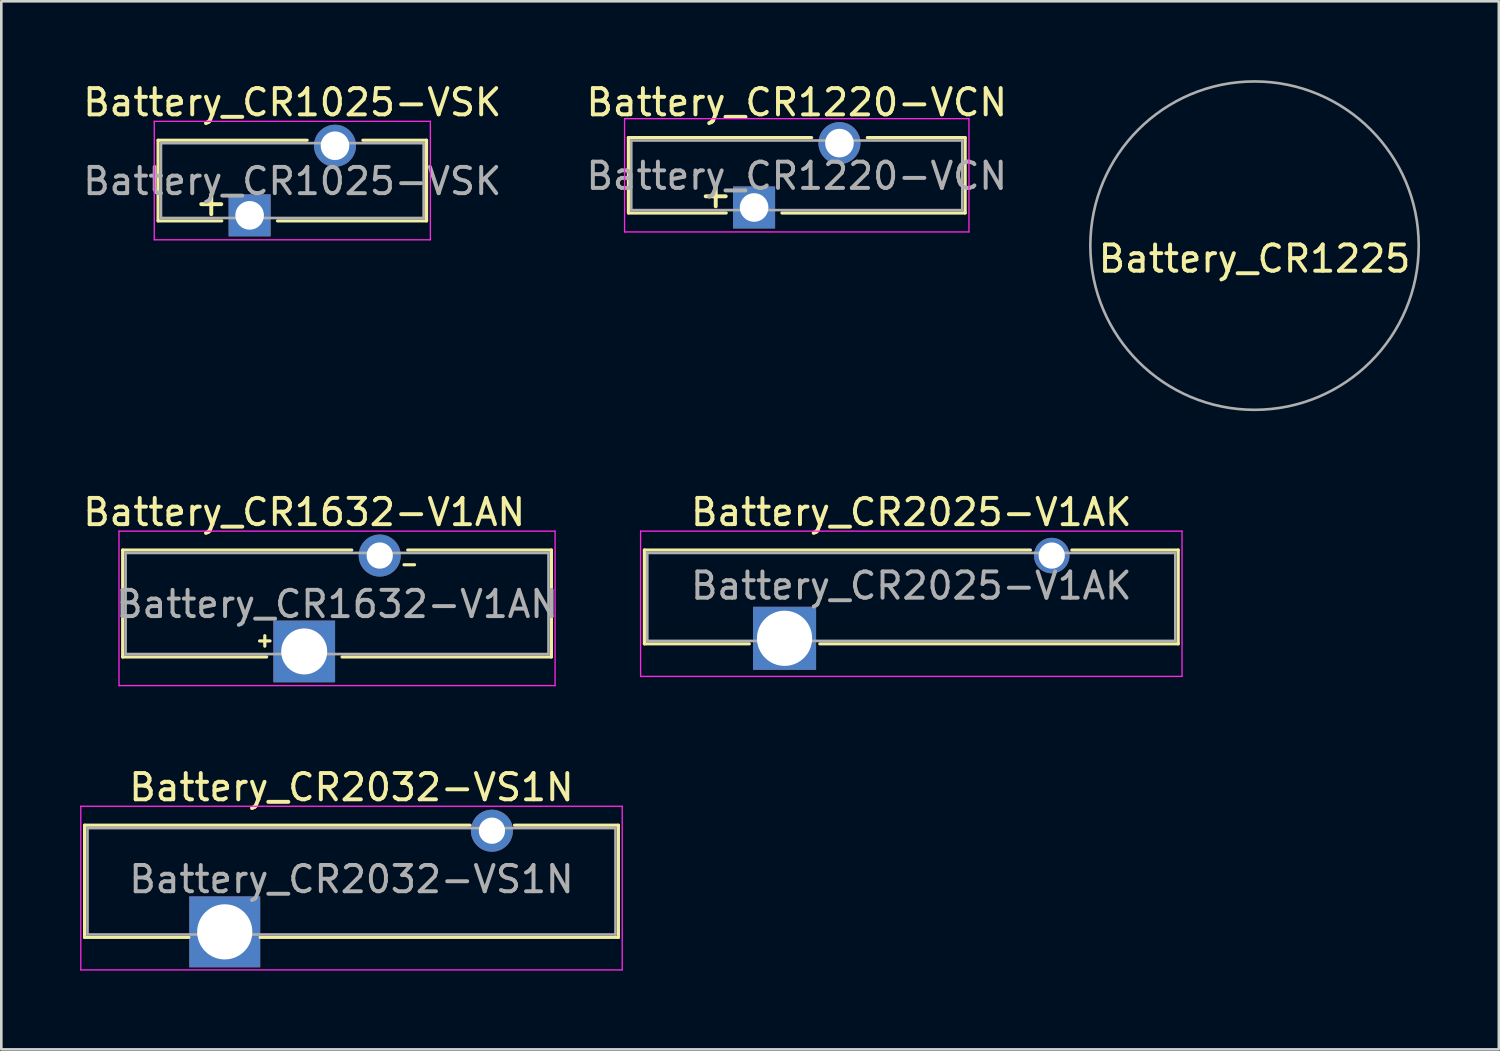
<source format=kicad_pcb>
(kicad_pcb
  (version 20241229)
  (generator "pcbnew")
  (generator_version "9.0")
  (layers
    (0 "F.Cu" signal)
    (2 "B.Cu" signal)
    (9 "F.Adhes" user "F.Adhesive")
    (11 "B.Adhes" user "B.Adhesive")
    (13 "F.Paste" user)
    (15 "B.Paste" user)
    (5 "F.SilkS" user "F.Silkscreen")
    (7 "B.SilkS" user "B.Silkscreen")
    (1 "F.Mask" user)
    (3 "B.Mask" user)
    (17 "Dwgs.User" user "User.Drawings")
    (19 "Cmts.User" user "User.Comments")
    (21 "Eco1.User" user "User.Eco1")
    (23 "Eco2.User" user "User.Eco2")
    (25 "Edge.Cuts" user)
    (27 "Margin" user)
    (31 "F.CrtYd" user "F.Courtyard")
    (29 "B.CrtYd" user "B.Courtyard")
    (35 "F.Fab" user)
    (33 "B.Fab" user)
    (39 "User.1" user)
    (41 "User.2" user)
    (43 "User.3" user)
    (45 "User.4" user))
  (footprint "Battery_CR1220-VCN"
    (layer "F.Cu")
    (at 25.655 4.848)
    (property "Reference" "Battery_CR1220-VCN" (at 1.625 -4 0) (layer "F.SilkS") (effects (font (size 1 1) (thickness 0.15))))
    (attr through_hole)
    (fp_line (start -4.785 -2.66) (end 2.19 -2.66) (stroke (width 0.12) (type solid)) (layer "F.SilkS"))
    (fp_line (start -4.785 0.21) (end -4.785 -2.66) (stroke (width 0.12) (type solid)) (layer "F.SilkS"))
    (fp_line (start -4.78 0.21) (end -1.06 0.21) (stroke (width 0.12) (type solid)) (layer "F.SilkS"))
    (fp_line (start 1.06 0.21) (end 8.035 0.21) (stroke (width 0.12) (type solid)) (layer "F.SilkS"))
    (fp_line (start 4.31 -2.66) (end 8.035 -2.66) (stroke (width 0.12) (type solid)) (layer "F.SilkS"))
    (fp_line (start 8.035 0.21) (end 8.035 -2.66) (stroke (width 0.12) (type solid)) (layer "F.SilkS"))
    (fp_line (start -4.93 -3.38) (end 8.18 -3.38) (stroke (width 0.05) (type solid)) (layer "F.CrtYd"))
    (fp_line (start -4.93 0.93) (end -4.93 -3.38) (stroke (width 0.05) (type solid)) (layer "F.CrtYd"))
    (fp_line (start -4.93 0.93) (end 8.18 0.93) (stroke (width 0.05) (type solid)) (layer "F.CrtYd"))
    (fp_line (start 8.18 0.93) (end 8.18 -3.38) (stroke (width 0.05) (type solid)) (layer "F.CrtYd"))
    (fp_line (start -4.675 -2.55) (end 7.925 -2.55) (stroke (width 0.1) (type solid)) (layer "F.Fab"))
    (fp_line (start -4.675 0.1) (end -4.675 -2.55) (stroke (width 0.1) (type solid)) (layer "F.Fab"))
    (fp_line (start -4.675 0.1) (end 7.925 0.1) (stroke (width 0.1) (type solid)) (layer "F.Fab"))
    (fp_line (start 7.925 0.1) (end 7.925 -2.55) (stroke (width 0.1) (type solid)) (layer "F.Fab"))
    (fp_text user "+" (at -1.46 -0.5 0) (layer "F.SilkS") (effects (font (size 1 1) (thickness 0.15))))
    (fp_text user "${REFERENCE}" (at 1.625 -1.2 180) (layer "F.Fab") (effects (font (size 1 1) (thickness 0.15))))
    (pad "1" thru_hole rect (at 0 0 90) (size 1.6 1.6) (drill 1.09) (layers "*.Cu" "*.Mask"))
    (pad "2" thru_hole circle (at 3.25 -2.45) (size 1.6 1.6) (drill 1.09) (layers "*.Cu" "*.Mask")))
  (footprint "Battery_CR1025-VSK"
    (layer "F.Cu")
    (at 6.452 5.148)
    (property "Reference" "Battery_CR1025-VSK" (at 1.625 -4.3 0) (layer "F.SilkS") (effects (font (size 1 1) (thickness 0.15))))
    (attr through_hole)
    (fp_line (start -3.485 -2.86) (end 2.19 -2.86) (stroke (width 0.12) (type solid)) (layer "F.SilkS"))
    (fp_line (start -3.485 0.21) (end -3.485 -2.86) (stroke (width 0.12) (type solid)) (layer "F.SilkS"))
    (fp_line (start -3.485 0.21) (end -1.06 0.21) (stroke (width 0.12) (type solid)) (layer "F.SilkS"))
    (fp_line (start 1.06 0.21) (end 6.735 0.21) (stroke (width 0.12) (type solid)) (layer "F.SilkS"))
    (fp_line (start 4.31 -2.86) (end 6.735 -2.86) (stroke (width 0.12) (type solid)) (layer "F.SilkS"))
    (fp_line (start 6.735 0.21) (end 6.735 -2.86) (stroke (width 0.12) (type solid)) (layer "F.SilkS"))
    (fp_line (start -3.63 -3.58) (end -3.63 0.93) (stroke (width 0.05) (type solid)) (layer "F.CrtYd"))
    (fp_line (start -3.63 -3.58) (end 6.88 -3.58) (stroke (width 0.05) (type solid)) (layer "F.CrtYd"))
    (fp_line (start -3.63 0.93) (end 6.88 0.93) (stroke (width 0.05) (type solid)) (layer "F.CrtYd"))
    (fp_line (start 6.88 -3.58) (end 6.88 0.93) (stroke (width 0.05) (type solid)) (layer "F.CrtYd"))
    (fp_line (start -3.375 -2.75) (end -3.375 0.1) (stroke (width 0.1) (type solid)) (layer "F.Fab"))
    (fp_line (start -3.375 -2.75) (end 6.625 -2.75) (stroke (width 0.1) (type solid)) (layer "F.Fab"))
    (fp_line (start -3.375 0.1) (end 6.625 0.1) (stroke (width 0.1) (type solid)) (layer "F.Fab"))
    (fp_line (start 6.625 -2.75) (end 6.625 0.1) (stroke (width 0.1) (type solid)) (layer "F.Fab"))
    (fp_text user "+" (at -1.46 -0.5 0) (layer "F.SilkS") (effects (font (size 1 1) (thickness 0.15))))
    (fp_text user "${REFERENCE}" (at 1.625 -1.3 180) (layer "F.Fab") (effects (font (size 1 1) (thickness 0.15))))
    (pad "1" thru_hole rect (at 0 0) (size 1.6 1.6) (drill 1.09) (layers "*.Cu" "*.Mask"))
    (pad "2" thru_hole circle (at 3.25 -2.65) (size 1.6 1.6) (drill 1.09) (layers "*.Cu" "*.Mask")))
  (footprint "Battery_CR2032-VS1N"
    (layer "F.Cu")
    (at 5.505 32.422)
    (property "Reference" "Battery_CR2032-VS1N" (at 4.825 -5.5 0) (layer "F.SilkS") (effects (font (size 1 1) (thickness 0.15))))
    (attr through_hole)
    (fp_line (start -5.335 -4.06) (end -5.335 0.21) (stroke (width 0.12) (type solid)) (layer "F.SilkS"))
    (fp_line (start -5.335 -4.06) (end 9.337 -4.06) (stroke (width 0.12) (type solid)) (layer "F.SilkS"))
    (fp_line (start -5.335 0.21) (end -1.364 0.21) (stroke (width 0.12) (type solid)) (layer "F.SilkS"))
    (fp_line (start 1.346 0.21) (end 14.985 0.21) (stroke (width 0.12) (type solid)) (layer "F.SilkS"))
    (fp_line (start 11.029 -4.06) (end 14.985 -4.06) (stroke (width 0.12) (type solid)) (layer "F.SilkS"))
    (fp_line (start 14.985 -4.06) (end 14.985 0.21) (stroke (width 0.12) (type solid)) (layer "F.SilkS"))
    (fp_line (start -5.48 -4.78) (end -5.48 1.45) (stroke (width 0.05) (type solid)) (layer "F.CrtYd"))
    (fp_line (start -5.48 -4.78) (end 15.13 -4.78) (stroke (width 0.05) (type solid)) (layer "F.CrtYd"))
    (fp_line (start -5.48 1.45) (end 15.13 1.45) (stroke (width 0.05) (type solid)) (layer "F.CrtYd"))
    (fp_line (start 15.13 -4.78) (end 15.13 1.45) (stroke (width 0.05) (type solid)) (layer "F.CrtYd"))
    (fp_line (start -5.225 -3.95) (end -5.225 0.1) (stroke (width 0.1) (type solid)) (layer "F.Fab"))
    (fp_line (start -5.225 -3.95) (end 14.875 -3.95) (stroke (width 0.1) (type solid)) (layer "F.Fab"))
    (fp_line (start -5.225 0.1) (end 14.875 0.1) (stroke (width 0.1) (type solid)) (layer "F.Fab"))
    (fp_line (start 14.875 -3.95) (end 14.875 0.1) (stroke (width 0.1) (type solid)) (layer "F.Fab"))
    (fp_text user "${REFERENCE}" (at 4.825 -2 180) (layer "F.Fab") (effects (font (size 1 1) (thickness 0.15))))
    (pad "1" thru_hole rect (at 0 0 90) (size 2.7 2.7) (drill 2.1) (layers "*.Cu" "*.Mask"))
    (pad "2" thru_hole circle (at 10.17 -3.85) (size 1.6 1.6) (drill 1) (layers "*.Cu" "*.Mask")))
  (footprint "Battery_CR1632-V1AN"
    (layer "F.Cu")
    (at 8.53 21.748)
    (property "Reference" "Battery_CR1632-V1AN" (at 0 -5.3 0) (layer "F.SilkS") (effects (font (size 1 1) (thickness 0.15))))
    (attr through_hole)
    (fp_line (start -6.91 -3.86) (end 1.81 -3.86) (stroke (width 0.12) (type solid)) (layer "F.SilkS"))
    (fp_line (start -6.91 0.21) (end -6.91 -3.86) (stroke (width 0.12) (type solid)) (layer "F.SilkS"))
    (fp_line (start -6.91 0.21) (end -1.43 0.21) (stroke (width 0.12) (type solid)) (layer "F.SilkS"))
    (fp_line (start -1.7 -0.4) (end -1.3 -0.4) (stroke (width 0.12) (type solid)) (layer "F.SilkS"))
    (fp_line (start -1.5 -0.2) (end -1.5 -0.6) (stroke (width 0.12) (type solid)) (layer "F.SilkS"))
    (fp_line (start 1.44 0.21) (end 9.41 0.21) (stroke (width 0.12) (type solid)) (layer "F.SilkS"))
    (fp_line (start 3.8 -3.3) (end 4.2 -3.3) (stroke (width 0.12) (type solid)) (layer "F.SilkS"))
    (fp_line (start 3.94 -3.86) (end 9.41 -3.86) (stroke (width 0.12) (type solid)) (layer "F.SilkS"))
    (fp_line (start 9.41 0.21) (end 9.41 -3.86) (stroke (width 0.12) (type solid)) (layer "F.SilkS"))
    (fp_line (start -7.05 -4.58) (end 9.55 -4.58) (stroke (width 0.05) (type solid)) (layer "F.CrtYd"))
    (fp_line (start -7.05 1.3) (end -7.05 -4.58) (stroke (width 0.05) (type solid)) (layer "F.CrtYd"))
    (fp_line (start -7.05 1.3) (end 9.55 1.3) (stroke (width 0.05) (type solid)) (layer "F.CrtYd"))
    (fp_line (start 9.55 1.3) (end 9.55 -4.58) (stroke (width 0.05) (type solid)) (layer "F.CrtYd"))
    (fp_line (start -6.8 -3.75) (end 9.3 -3.75) (stroke (width 0.1) (type solid)) (layer "F.Fab"))
    (fp_line (start -6.8 0.1) (end -6.8 -3.75) (stroke (width 0.1) (type solid)) (layer "F.Fab"))
    (fp_line (start -6.8 0.1) (end 9.3 0.1) (stroke (width 0.1) (type solid)) (layer "F.Fab"))
    (fp_line (start 9.3 0.1) (end 9.3 -3.75) (stroke (width 0.1) (type solid)) (layer "F.Fab"))
    (fp_text user "${REFERENCE}" (at 1.25 -1.8 180) (layer "F.Fab") (effects (font (size 1 1) (thickness 0.15))))
    (pad "1" thru_hole rect (at 0 0 90) (size 2.35 2.35) (drill 1.75) (layers "*.Cu" "*.Mask"))
    (pad "2" thru_hole circle (at 2.875 -3.65) (size 1.6 1.6) (drill 1) (layers "*.Cu" "*.Mask")))
  (footprint "Battery_CR2025-V1AK"
    (layer "F.Cu")
    (at 26.815 21.248)
    (property "Reference" "Battery_CR2025-V1AK" (at 4.825 -4.8 0) (layer "F.SilkS") (effects (font (size 1 1) (thickness 0.15))))
    (attr through_hole)
    (fp_line (start -5.335 -3.36) (end -5.335 0.21) (stroke (width 0.12) (type solid)) (layer "F.SilkS"))
    (fp_line (start -5.335 -3.36) (end 9.36 -3.36) (stroke (width 0.12) (type solid)) (layer "F.SilkS"))
    (fp_line (start -5.335 0.21) (end -1.341 0.21) (stroke (width 0.12) (type solid)) (layer "F.SilkS"))
    (fp_line (start 1.341 0.21) (end 14.985 0.21) (stroke (width 0.12) (type solid)) (layer "F.SilkS"))
    (fp_line (start 10.935 -3.36) (end 14.985 -3.36) (stroke (width 0.12) (type solid)) (layer "F.SilkS"))
    (fp_line (start 14.985 -3.36) (end 14.985 0.21) (stroke (width 0.12) (type solid)) (layer "F.SilkS"))
    (fp_line (start -5.48 -4.08) (end -5.48 1.45) (stroke (width 0.05) (type solid)) (layer "F.CrtYd"))
    (fp_line (start -5.48 -4.08) (end 15.13 -4.08) (stroke (width 0.05) (type solid)) (layer "F.CrtYd"))
    (fp_line (start -5.48 1.45) (end 15.13 1.45) (stroke (width 0.05) (type solid)) (layer "F.CrtYd"))
    (fp_line (start 15.13 -4.08) (end 15.13 1.45) (stroke (width 0.05) (type solid)) (layer "F.CrtYd"))
    (fp_line (start -5.225 -3.25) (end -5.225 0.1) (stroke (width 0.1) (type solid)) (layer "F.Fab"))
    (fp_line (start -5.225 -3.25) (end 14.875 -3.25) (stroke (width 0.1) (type solid)) (layer "F.Fab"))
    (fp_line (start -5.225 0.1) (end 14.875 0.1) (stroke (width 0.1) (type solid)) (layer "F.Fab"))
    (fp_line (start 14.875 -3.25) (end 14.875 0.1) (stroke (width 0.1) (type solid)) (layer "F.Fab"))
    (fp_text user "${REFERENCE}" (at 4.825 -2 180) (layer "F.Fab") (effects (font (size 1 1) (thickness 0.15))))
    (pad "1" thru_hole rect (at 0 0 90) (size 2.4 2.4) (drill 2.1) (layers "*.Cu" "*.Mask"))
    (pad "2" thru_hole circle (at 10.17 -3.15) (size 1.35 1.35) (drill 1) (layers "*.Cu" "*.Mask")))
  (footprint "Battery_CR1225"
    (layer "F.Cu")
    (at 44.705 6.3)
    (property "Reference" "Battery_CR1225" (at 0 0.5 0) (layer "F.SilkS") (effects (font (size 1 1) (thickness 0.15))))
    (attr exclude_from_pos_files exclude_from_bom)
    (fp_circle (center 0 0) (end 6.25 0) (stroke (width 0.1) (type solid)) (fill no) (layer "F.Fab")))
  (gr_rect
    (start -3 -3)
    (end 54.005 36.897)
    (stroke (width 0.1) (type default))
    (fill no)
    (layer "Edge.Cuts")))
</source>
